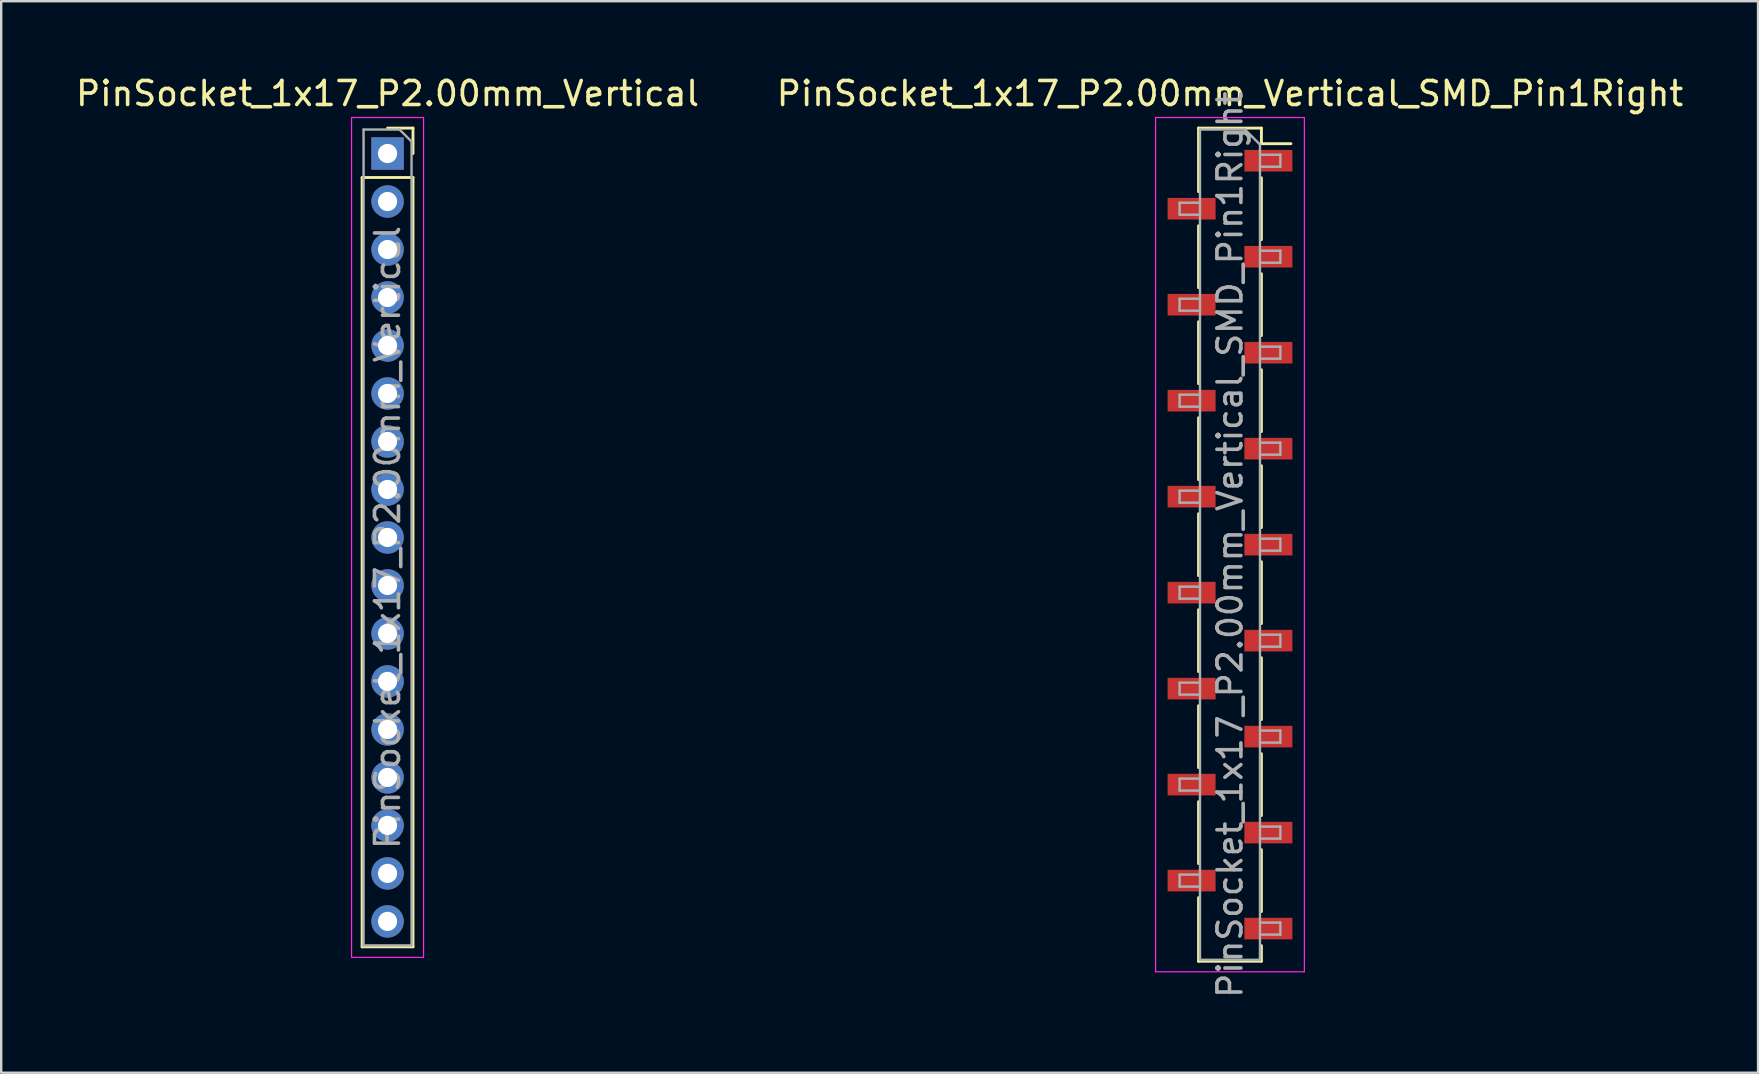
<source format=kicad_pcb>
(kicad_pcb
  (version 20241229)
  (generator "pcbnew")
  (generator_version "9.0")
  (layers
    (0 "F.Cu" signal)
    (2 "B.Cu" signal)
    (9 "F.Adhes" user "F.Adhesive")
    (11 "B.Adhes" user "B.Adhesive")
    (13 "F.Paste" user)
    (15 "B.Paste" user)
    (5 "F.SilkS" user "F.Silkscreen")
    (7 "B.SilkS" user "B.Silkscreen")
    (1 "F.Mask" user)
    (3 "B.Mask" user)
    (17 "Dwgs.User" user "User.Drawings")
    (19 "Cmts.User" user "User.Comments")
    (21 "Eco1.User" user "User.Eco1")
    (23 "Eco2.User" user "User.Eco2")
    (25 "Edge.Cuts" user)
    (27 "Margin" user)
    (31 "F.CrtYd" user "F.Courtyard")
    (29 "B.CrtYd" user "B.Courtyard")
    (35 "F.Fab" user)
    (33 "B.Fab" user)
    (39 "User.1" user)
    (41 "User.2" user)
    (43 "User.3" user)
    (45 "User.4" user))
  (footprint "PinSocket_1x17_P2.00mm_Vertical_SMD_Pin1Right"
    (layer "F.Cu")
    (at 48.208 19.648)
    (property "Reference" "PinSocket_1x17_P2.00mm_Vertical_SMD_Pin1Right" (at 0 -18.8 0) (layer "F.SilkS") (effects (font (size 1 1) (thickness 0.15))))
    (attr smd)
    (fp_line (start -1.31 -17.36) (end -1.31 -14.71) (stroke (width 0.12) (type solid)) (layer "F.SilkS"))
    (fp_line (start -1.31 -17.36) (end 1.31 -17.36) (stroke (width 0.12) (type solid)) (layer "F.SilkS"))
    (fp_line (start -1.31 -13.29) (end -1.31 -10.71) (stroke (width 0.12) (type solid)) (layer "F.SilkS"))
    (fp_line (start -1.31 -9.29) (end -1.31 -6.71) (stroke (width 0.12) (type solid)) (layer "F.SilkS"))
    (fp_line (start -1.31 -5.29) (end -1.31 -2.71) (stroke (width 0.12) (type solid)) (layer "F.SilkS"))
    (fp_line (start -1.31 -1.29) (end -1.31 1.29) (stroke (width 0.12) (type solid)) (layer "F.SilkS"))
    (fp_line (start -1.31 2.71) (end -1.31 5.29) (stroke (width 0.12) (type solid)) (layer "F.SilkS"))
    (fp_line (start -1.31 6.71) (end -1.31 9.29) (stroke (width 0.12) (type solid)) (layer "F.SilkS"))
    (fp_line (start -1.31 10.71) (end -1.31 13.29) (stroke (width 0.12) (type solid)) (layer "F.SilkS"))
    (fp_line (start -1.31 14.71) (end -1.31 17.36) (stroke (width 0.12) (type solid)) (layer "F.SilkS"))
    (fp_line (start -1.31 17.36) (end 1.31 17.36) (stroke (width 0.12) (type solid)) (layer "F.SilkS"))
    (fp_line (start 1.31 -17.36) (end 1.31 -16.71) (stroke (width 0.12) (type solid)) (layer "F.SilkS"))
    (fp_line (start 1.31 -16.71) (end 2.54 -16.71) (stroke (width 0.12) (type solid)) (layer "F.SilkS"))
    (fp_line (start 1.31 -15.29) (end 1.31 -12.71) (stroke (width 0.12) (type solid)) (layer "F.SilkS"))
    (fp_line (start 1.31 -11.29) (end 1.31 -8.71) (stroke (width 0.12) (type solid)) (layer "F.SilkS"))
    (fp_line (start 1.31 -7.29) (end 1.31 -4.71) (stroke (width 0.12) (type solid)) (layer "F.SilkS"))
    (fp_line (start 1.31 -3.29) (end 1.31 -0.71) (stroke (width 0.12) (type solid)) (layer "F.SilkS"))
    (fp_line (start 1.31 0.71) (end 1.31 3.29) (stroke (width 0.12) (type solid)) (layer "F.SilkS"))
    (fp_line (start 1.31 4.71) (end 1.31 7.29) (stroke (width 0.12) (type solid)) (layer "F.SilkS"))
    (fp_line (start 1.31 8.71) (end 1.31 11.29) (stroke (width 0.12) (type solid)) (layer "F.SilkS"))
    (fp_line (start 1.31 12.71) (end 1.31 15.29) (stroke (width 0.12) (type solid)) (layer "F.SilkS"))
    (fp_line (start 1.31 16.71) (end 1.31 17.36) (stroke (width 0.12) (type solid)) (layer "F.SilkS"))
    (fp_line (start -3.1 -17.8) (end 3.1 -17.8) (stroke (width 0.05) (type solid)) (layer "F.CrtYd"))
    (fp_line (start -3.1 17.8) (end -3.1 -17.8) (stroke (width 0.05) (type solid)) (layer "F.CrtYd"))
    (fp_line (start 3.1 -17.8) (end 3.1 17.8) (stroke (width 0.05) (type solid)) (layer "F.CrtYd"))
    (fp_line (start 3.1 17.8) (end -3.1 17.8) (stroke (width 0.05) (type solid)) (layer "F.CrtYd"))
    (fp_line (start -2.1 -14.25) (end -1.25 -14.25) (stroke (width 0.1) (type solid)) (layer "F.Fab"))
    (fp_line (start -2.1 -13.75) (end -2.1 -14.25) (stroke (width 0.1) (type solid)) (layer "F.Fab"))
    (fp_line (start -2.1 -10.25) (end -1.25 -10.25) (stroke (width 0.1) (type solid)) (layer "F.Fab"))
    (fp_line (start -2.1 -9.75) (end -2.1 -10.25) (stroke (width 0.1) (type solid)) (layer "F.Fab"))
    (fp_line (start -2.1 -6.25) (end -1.25 -6.25) (stroke (width 0.1) (type solid)) (layer "F.Fab"))
    (fp_line (start -2.1 -5.75) (end -2.1 -6.25) (stroke (width 0.1) (type solid)) (layer "F.Fab"))
    (fp_line (start -2.1 -2.25) (end -1.25 -2.25) (stroke (width 0.1) (type solid)) (layer "F.Fab"))
    (fp_line (start -2.1 -1.75) (end -2.1 -2.25) (stroke (width 0.1) (type solid)) (layer "F.Fab"))
    (fp_line (start -2.1 1.75) (end -1.25 1.75) (stroke (width 0.1) (type solid)) (layer "F.Fab"))
    (fp_line (start -2.1 2.25) (end -2.1 1.75) (stroke (width 0.1) (type solid)) (layer "F.Fab"))
    (fp_line (start -2.1 5.75) (end -1.25 5.75) (stroke (width 0.1) (type solid)) (layer "F.Fab"))
    (fp_line (start -2.1 6.25) (end -2.1 5.75) (stroke (width 0.1) (type solid)) (layer "F.Fab"))
    (fp_line (start -2.1 9.75) (end -1.25 9.75) (stroke (width 0.1) (type solid)) (layer "F.Fab"))
    (fp_line (start -2.1 10.25) (end -2.1 9.75) (stroke (width 0.1) (type solid)) (layer "F.Fab"))
    (fp_line (start -2.1 13.75) (end -1.25 13.75) (stroke (width 0.1) (type solid)) (layer "F.Fab"))
    (fp_line (start -2.1 14.25) (end -2.1 13.75) (stroke (width 0.1) (type solid)) (layer "F.Fab"))
    (fp_line (start -1.25 -17.3) (end 0.625 -17.3) (stroke (width 0.1) (type solid)) (layer "F.Fab"))
    (fp_line (start -1.25 -13.75) (end -2.1 -13.75) (stroke (width 0.1) (type solid)) (layer "F.Fab"))
    (fp_line (start -1.25 -9.75) (end -2.1 -9.75) (stroke (width 0.1) (type solid)) (layer "F.Fab"))
    (fp_line (start -1.25 -5.75) (end -2.1 -5.75) (stroke (width 0.1) (type solid)) (layer "F.Fab"))
    (fp_line (start -1.25 -1.75) (end -2.1 -1.75) (stroke (width 0.1) (type solid)) (layer "F.Fab"))
    (fp_line (start -1.25 2.25) (end -2.1 2.25) (stroke (width 0.1) (type solid)) (layer "F.Fab"))
    (fp_line (start -1.25 6.25) (end -2.1 6.25) (stroke (width 0.1) (type solid)) (layer "F.Fab"))
    (fp_line (start -1.25 10.25) (end -2.1 10.25) (stroke (width 0.1) (type solid)) (layer "F.Fab"))
    (fp_line (start -1.25 14.25) (end -2.1 14.25) (stroke (width 0.1) (type solid)) (layer "F.Fab"))
    (fp_line (start -1.25 17.3) (end -1.25 -17.3) (stroke (width 0.1) (type solid)) (layer "F.Fab"))
    (fp_line (start 0.625 -17.3) (end 1.25 -16.675) (stroke (width 0.1) (type solid)) (layer "F.Fab"))
    (fp_line (start 1.25 -16.675) (end 1.25 17.3) (stroke (width 0.1) (type solid)) (layer "F.Fab"))
    (fp_line (start 1.25 -16.25) (end 2.1 -16.25) (stroke (width 0.1) (type solid)) (layer "F.Fab"))
    (fp_line (start 1.25 -12.25) (end 2.1 -12.25) (stroke (width 0.1) (type solid)) (layer "F.Fab"))
    (fp_line (start 1.25 -8.25) (end 2.1 -8.25) (stroke (width 0.1) (type solid)) (layer "F.Fab"))
    (fp_line (start 1.25 -4.25) (end 2.1 -4.25) (stroke (width 0.1) (type solid)) (layer "F.Fab"))
    (fp_line (start 1.25 -0.25) (end 2.1 -0.25) (stroke (width 0.1) (type solid)) (layer "F.Fab"))
    (fp_line (start 1.25 3.75) (end 2.1 3.75) (stroke (width 0.1) (type solid)) (layer "F.Fab"))
    (fp_line (start 1.25 7.75) (end 2.1 7.75) (stroke (width 0.1) (type solid)) (layer "F.Fab"))
    (fp_line (start 1.25 11.75) (end 2.1 11.75) (stroke (width 0.1) (type solid)) (layer "F.Fab"))
    (fp_line (start 1.25 15.75) (end 2.1 15.75) (stroke (width 0.1) (type solid)) (layer "F.Fab"))
    (fp_line (start 1.25 17.3) (end -1.25 17.3) (stroke (width 0.1) (type solid)) (layer "F.Fab"))
    (fp_line (start 2.1 -16.25) (end 2.1 -15.75) (stroke (width 0.1) (type solid)) (layer "F.Fab"))
    (fp_line (start 2.1 -15.75) (end 1.25 -15.75) (stroke (width 0.1) (type solid)) (layer "F.Fab"))
    (fp_line (start 2.1 -12.25) (end 2.1 -11.75) (stroke (width 0.1) (type solid)) (layer "F.Fab"))
    (fp_line (start 2.1 -11.75) (end 1.25 -11.75) (stroke (width 0.1) (type solid)) (layer "F.Fab"))
    (fp_line (start 2.1 -8.25) (end 2.1 -7.75) (stroke (width 0.1) (type solid)) (layer "F.Fab"))
    (fp_line (start 2.1 -7.75) (end 1.25 -7.75) (stroke (width 0.1) (type solid)) (layer "F.Fab"))
    (fp_line (start 2.1 -4.25) (end 2.1 -3.75) (stroke (width 0.1) (type solid)) (layer "F.Fab"))
    (fp_line (start 2.1 -3.75) (end 1.25 -3.75) (stroke (width 0.1) (type solid)) (layer "F.Fab"))
    (fp_line (start 2.1 -0.25) (end 2.1 0.25) (stroke (width 0.1) (type solid)) (layer "F.Fab"))
    (fp_line (start 2.1 0.25) (end 1.25 0.25) (stroke (width 0.1) (type solid)) (layer "F.Fab"))
    (fp_line (start 2.1 3.75) (end 2.1 4.25) (stroke (width 0.1) (type solid)) (layer "F.Fab"))
    (fp_line (start 2.1 4.25) (end 1.25 4.25) (stroke (width 0.1) (type solid)) (layer "F.Fab"))
    (fp_line (start 2.1 7.75) (end 2.1 8.25) (stroke (width 0.1) (type solid)) (layer "F.Fab"))
    (fp_line (start 2.1 8.25) (end 1.25 8.25) (stroke (width 0.1) (type solid)) (layer "F.Fab"))
    (fp_line (start 2.1 11.75) (end 2.1 12.25) (stroke (width 0.1) (type solid)) (layer "F.Fab"))
    (fp_line (start 2.1 12.25) (end 1.25 12.25) (stroke (width 0.1) (type solid)) (layer "F.Fab"))
    (fp_line (start 2.1 15.75) (end 2.1 16.25) (stroke (width 0.1) (type solid)) (layer "F.Fab"))
    (fp_line (start 2.1 16.25) (end 1.25 16.25) (stroke (width 0.1) (type solid)) (layer "F.Fab"))
    (fp_text user "${REFERENCE}" (at 0 0 90) (layer "F.Fab") (effects (font (size 1 1) (thickness 0.15))))
    (pad "1" smd rect (at 1.6 -16) (size 2 0.9) (layers "F.Cu" "F.Mask" "F.Paste"))
    (pad "2" smd rect (at -1.6 -14) (size 2 0.9) (layers "F.Cu" "F.Mask" "F.Paste"))
    (pad "3" smd rect (at 1.6 -12) (size 2 0.9) (layers "F.Cu" "F.Mask" "F.Paste"))
    (pad "4" smd rect (at -1.6 -10) (size 2 0.9) (layers "F.Cu" "F.Mask" "F.Paste"))
    (pad "5" smd rect (at 1.6 -8) (size 2 0.9) (layers "F.Cu" "F.Mask" "F.Paste"))
    (pad "6" smd rect (at -1.6 -6) (size 2 0.9) (layers "F.Cu" "F.Mask" "F.Paste"))
    (pad "7" smd rect (at 1.6 -4) (size 2 0.9) (layers "F.Cu" "F.Mask" "F.Paste"))
    (pad "8" smd rect (at -1.6 -2) (size 2 0.9) (layers "F.Cu" "F.Mask" "F.Paste"))
    (pad "9" smd rect (at 1.6 0) (size 2 0.9) (layers "F.Cu" "F.Mask" "F.Paste"))
    (pad "10" smd rect (at -1.6 2) (size 2 0.9) (layers "F.Cu" "F.Mask" "F.Paste"))
    (pad "11" smd rect (at 1.6 4) (size 2 0.9) (layers "F.Cu" "F.Mask" "F.Paste"))
    (pad "12" smd rect (at -1.6 6) (size 2 0.9) (layers "F.Cu" "F.Mask" "F.Paste"))
    (pad "13" smd rect (at 1.6 8) (size 2 0.9) (layers "F.Cu" "F.Mask" "F.Paste"))
    (pad "14" smd rect (at -1.6 10) (size 2 0.9) (layers "F.Cu" "F.Mask" "F.Paste"))
    (pad "15" smd rect (at 1.6 12) (size 2 0.9) (layers "F.Cu" "F.Mask" "F.Paste"))
    (pad "16" smd rect (at -1.6 14) (size 2 0.9) (layers "F.Cu" "F.Mask" "F.Paste"))
    (pad "17" smd rect (at 1.6 16) (size 2 0.9) (layers "F.Cu" "F.Mask" "F.Paste")))
  (footprint "PinSocket_1x17_P2.00mm_Vertical"
    (layer "F.Cu")
    (at 13.101 3.348)
    (property "Reference" "PinSocket_1x17_P2.00mm_Vertical" (at 0 -2.5 0) (layer "F.SilkS") (effects (font (size 1 1) (thickness 0.15))))
    (attr through_hole)
    (fp_line (start -1.06 1) (end -1.06 33.06) (stroke (width 0.12) (type solid)) (layer "F.SilkS"))
    (fp_line (start -1.06 1) (end 1.06 1) (stroke (width 0.12) (type solid)) (layer "F.SilkS"))
    (fp_line (start -1.06 33.06) (end 1.06 33.06) (stroke (width 0.12) (type solid)) (layer "F.SilkS"))
    (fp_line (start 0 -1.06) (end 1.06 -1.06) (stroke (width 0.12) (type solid)) (layer "F.SilkS"))
    (fp_line (start 1.06 -1.06) (end 1.06 0) (stroke (width 0.12) (type solid)) (layer "F.SilkS"))
    (fp_line (start 1.06 1) (end 1.06 33.06) (stroke (width 0.12) (type solid)) (layer "F.SilkS"))
    (fp_line (start -1.5 -1.5) (end 1.5 -1.5) (stroke (width 0.05) (type solid)) (layer "F.CrtYd"))
    (fp_line (start -1.5 33.5) (end -1.5 -1.5) (stroke (width 0.05) (type solid)) (layer "F.CrtYd"))
    (fp_line (start 1.5 -1.5) (end 1.5 33.5) (stroke (width 0.05) (type solid)) (layer "F.CrtYd"))
    (fp_line (start 1.5 33.5) (end -1.5 33.5) (stroke (width 0.05) (type solid)) (layer "F.CrtYd"))
    (fp_line (start -1 -1) (end 0.5 -1) (stroke (width 0.1) (type solid)) (layer "F.Fab"))
    (fp_line (start -1 33) (end -1 -1) (stroke (width 0.1) (type solid)) (layer "F.Fab"))
    (fp_line (start 0.5 -1) (end 1 -0.5) (stroke (width 0.1) (type solid)) (layer "F.Fab"))
    (fp_line (start 1 -0.5) (end 1 33) (stroke (width 0.1) (type solid)) (layer "F.Fab"))
    (fp_line (start 1 33) (end -1 33) (stroke (width 0.1) (type solid)) (layer "F.Fab"))
    (fp_text user "${REFERENCE}" (at 0 16 90) (layer "F.Fab") (effects (font (size 1 1) (thickness 0.15))))
    (pad "1" thru_hole rect (at 0 0) (size 1.35 1.35) (drill 0.8) (layers "*.Cu" "*.Mask"))
    (pad "2" thru_hole oval (at 0 2) (size 1.35 1.35) (drill 0.8) (layers "*.Cu" "*.Mask"))
    (pad "3" thru_hole oval (at 0 4) (size 1.35 1.35) (drill 0.8) (layers "*.Cu" "*.Mask"))
    (pad "4" thru_hole oval (at 0 6) (size 1.35 1.35) (drill 0.8) (layers "*.Cu" "*.Mask"))
    (pad "5" thru_hole oval (at 0 8) (size 1.35 1.35) (drill 0.8) (layers "*.Cu" "*.Mask"))
    (pad "6" thru_hole oval (at 0 10) (size 1.35 1.35) (drill 0.8) (layers "*.Cu" "*.Mask"))
    (pad "7" thru_hole oval (at 0 12) (size 1.35 1.35) (drill 0.8) (layers "*.Cu" "*.Mask"))
    (pad "8" thru_hole oval (at 0 14) (size 1.35 1.35) (drill 0.8) (layers "*.Cu" "*.Mask"))
    (pad "9" thru_hole oval (at 0 16) (size 1.35 1.35) (drill 0.8) (layers "*.Cu" "*.Mask"))
    (pad "10" thru_hole oval (at 0 18) (size 1.35 1.35) (drill 0.8) (layers "*.Cu" "*.Mask"))
    (pad "11" thru_hole oval (at 0 20) (size 1.35 1.35) (drill 0.8) (layers "*.Cu" "*.Mask"))
    (pad "12" thru_hole oval (at 0 22) (size 1.35 1.35) (drill 0.8) (layers "*.Cu" "*.Mask"))
    (pad "13" thru_hole oval (at 0 24) (size 1.35 1.35) (drill 0.8) (layers "*.Cu" "*.Mask"))
    (pad "14" thru_hole oval (at 0 26) (size 1.35 1.35) (drill 0.8) (layers "*.Cu" "*.Mask"))
    (pad "15" thru_hole oval (at 0 28) (size 1.35 1.35) (drill 0.8) (layers "*.Cu" "*.Mask"))
    (pad "16" thru_hole oval (at 0 30) (size 1.35 1.35) (drill 0.8) (layers "*.Cu" "*.Mask"))
    (pad "17" thru_hole oval (at 0 32) (size 1.35 1.35) (drill 0.8) (layers "*.Cu" "*.Mask")))
  (gr_rect
    (start -3 -3)
    (end 70.214 41.654)
    (stroke (width 0.1) (type default))
    (fill no)
    (layer "Edge.Cuts")))
</source>
